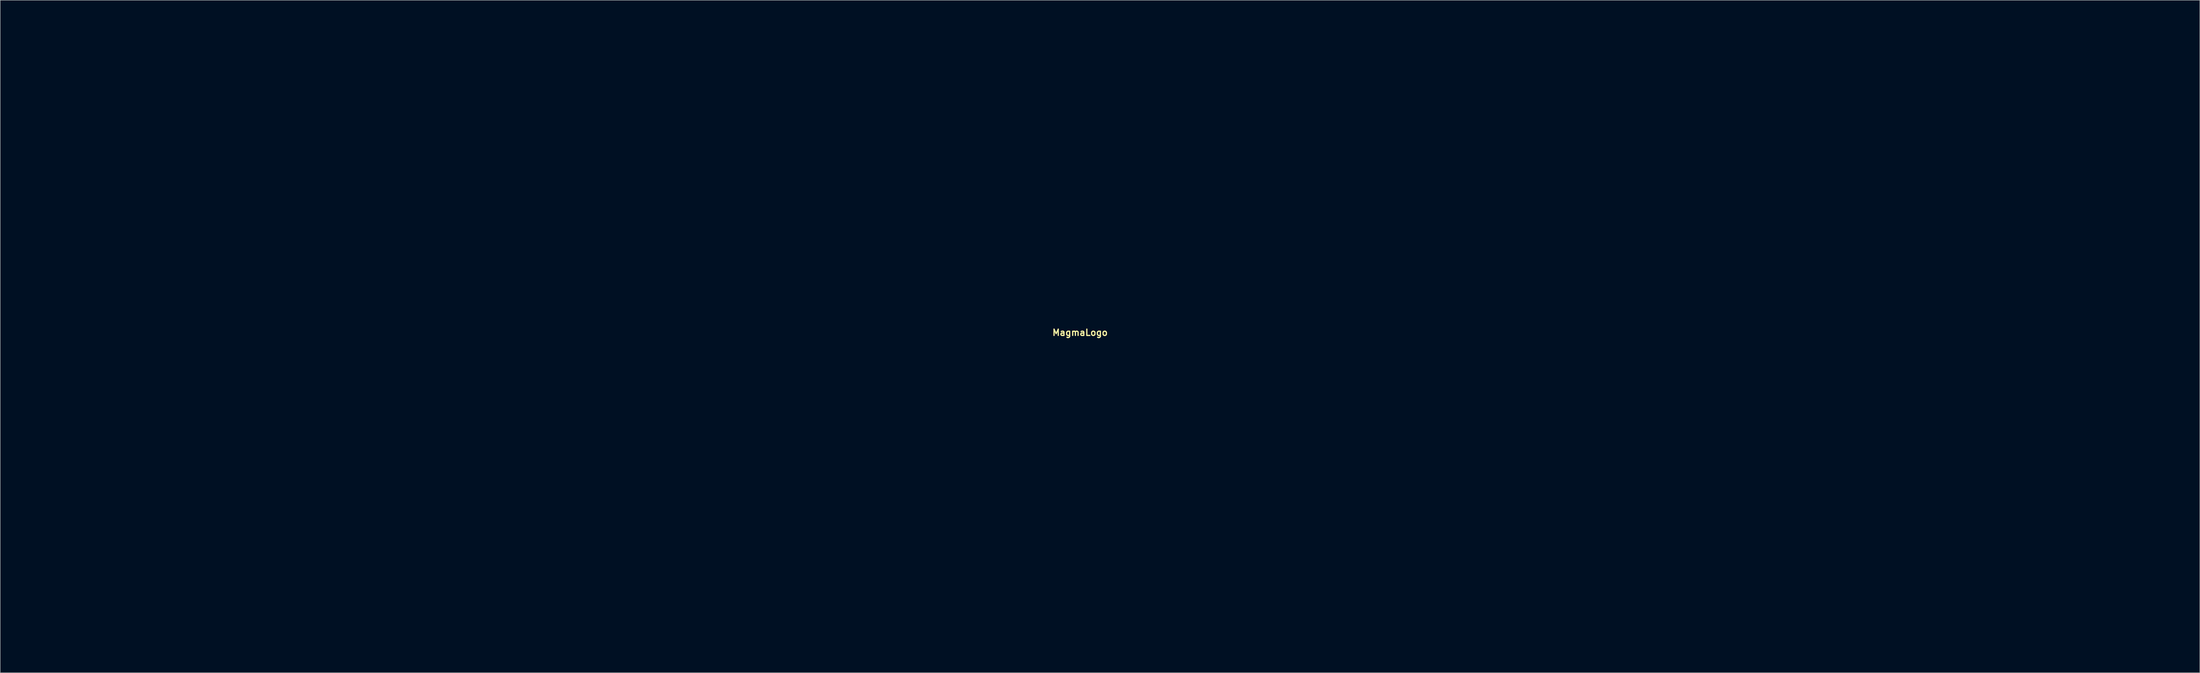
<source format=kicad_pcb>
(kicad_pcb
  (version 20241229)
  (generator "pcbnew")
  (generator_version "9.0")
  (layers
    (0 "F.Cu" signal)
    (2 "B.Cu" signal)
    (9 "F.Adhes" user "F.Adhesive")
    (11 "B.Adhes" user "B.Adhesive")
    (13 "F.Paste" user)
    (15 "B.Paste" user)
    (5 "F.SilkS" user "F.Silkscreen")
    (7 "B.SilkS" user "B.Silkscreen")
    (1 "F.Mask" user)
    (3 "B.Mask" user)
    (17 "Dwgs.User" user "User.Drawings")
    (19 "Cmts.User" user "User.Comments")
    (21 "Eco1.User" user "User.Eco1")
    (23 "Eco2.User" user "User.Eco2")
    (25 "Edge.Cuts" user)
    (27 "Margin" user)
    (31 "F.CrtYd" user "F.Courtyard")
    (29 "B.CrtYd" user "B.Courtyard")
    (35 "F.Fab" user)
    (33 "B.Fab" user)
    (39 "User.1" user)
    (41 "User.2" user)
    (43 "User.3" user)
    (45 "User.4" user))
  (footprint "MagmaLogo"
    (layer "F.Cu")
    (at 257.481 77.274)
    (property "Reference" "MagmaLogo" (at 0 0 0) (layer "F.SilkS") (effects (font (size 1.524 1.524) (thickness 0.3))))
    (attr through_hole)
    (fp_poly (pts (xy -183.682 78.874) (xy -186.356 78.874) (xy -186.356 58.019) (xy -183.682 58.019) (xy -183.682 78.874)) (stroke (width 0.01) (type solid)) (fill no) (layer "Eco2.User"))
    (fp_poly (pts (xy -58.821 78.874) (xy -61.495 78.874) (xy -61.495 58.019) (xy -58.821 58.019) (xy -58.821 78.874)) (stroke (width 0.01) (type solid)) (fill no) (layer "Eco2.User"))
    (fp_poly (pts (xy 1.069 78.874) (xy -1.604 78.874) (xy -1.604 58.019) (xy 1.069 58.019) (xy 1.069 78.874)) (stroke (width 0.01) (type solid)) (fill no) (layer "Eco2.User"))
    (fp_poly (pts (xy -64.703 60.409) (xy -71.521 60.559) (xy -71.591 69.716) (xy -71.662 78.874) (xy -74.328 78.874) (xy -74.328 60.425) (xy -81.013 60.425) (xy -81.013 58.019) (xy -64.703 58.019) (xy -64.703 60.409)) (stroke (width 0.01) (type solid)) (fill no) (layer "Eco2.User"))
    (fp_poly (pts (xy 49.463 60.409) (xy 46.054 60.484) (xy 42.645 60.559) (xy 42.575 69.716) (xy 42.505 78.874) (xy 39.838 78.874) (xy 39.838 60.425) (xy 33.154 60.425) (xy 33.154 58.019) (xy 49.463 58.019) (xy 49.463 60.409)) (stroke (width 0.01) (type solid)) (fill no) (layer "Eco2.User"))
    (fp_poly (pts (xy 88.232 60.425) (xy 75.933 60.425) (xy 75.933 66.842) (xy 87.429 66.842) (xy 87.429 69.248) (xy 75.933 69.248) (xy 75.933 76.467) (xy 88.766 76.467) (xy 88.766 78.874) (xy 73.259 78.874) (xy 73.259 58.019) (xy 88.232 58.019) (xy 88.232 60.425)) (stroke (width 0.01) (type solid)) (fill no) (layer "Eco2.User"))
    (fp_poly (pts (xy 180.474 60.425) (xy 168.175 60.425) (xy 168.175 66.842) (xy 179.672 66.842) (xy 179.672 69.248) (xy 168.175 69.248) (xy 168.175 76.467) (xy 181.008 76.467) (xy 181.008 78.874) (xy 165.501 78.874) (xy 165.501 58.019) (xy 180.474 58.019) (xy 180.474 60.425)) (stroke (width 0.01) (type solid)) (fill no) (layer "Eco2.User"))
    (fp_poly (pts (xy -143.978 74.195) (xy -143.836 58.019) (xy -141.171 58.019) (xy -141.171 78.9) (xy -142.692 78.82) (xy -144.213 78.74) (xy -149.577 70.772) (xy -154.94 62.804) (xy -155.011 70.839) (xy -155.082 78.874) (xy -157.747 78.874) (xy -157.747 58.019) (xy -154.811 58.019) (xy -143.978 74.195)) (stroke (width 0.01) (type solid)) (fill no) (layer "Eco2.User"))
    (fp_poly (pts (xy 153.202 24.331) (xy 132.882 24.331) (xy 132.882 -29.079) (xy 141.772 -35.182) (xy 143.765 -36.551) (xy 145.667 -37.859) (xy 147.42 -39.067) (xy 148.971 -40.136) (xy 150.261 -41.028) (xy 151.237 -41.705) (xy 151.843 -42.128) (xy 151.932 -42.191) (xy 153.202 -43.096) (xy 153.202 24.331)) (stroke (width 0.01) (type solid)) (fill no) (layer "Eco2.User"))
    (fp_poly (pts (xy -165.1 74.195) (xy -165.029 66.107) (xy -164.958 58.019) (xy -162.293 58.019) (xy -162.293 78.9) (xy -163.814 78.82) (xy -165.335 78.74) (xy -170.699 70.772) (xy -176.062 62.804) (xy -176.133 70.839) (xy -176.204 78.874) (xy -178.869 78.874) (xy -178.869 58.019) (xy -175.933 58.019) (xy -165.1 74.195)) (stroke (width 0.01) (type solid)) (fill no) (layer "Eco2.User"))
    (fp_poly (pts (xy 19.652 74.195) (xy 19.722 66.107) (xy 19.793 58.019) (xy 22.459 58.019) (xy 22.459 78.9) (xy 20.938 78.82) (xy 19.416 78.74) (xy 14.053 70.772) (xy 8.689 62.804) (xy 8.619 70.839) (xy 8.548 78.874) (xy 5.882 78.874) (xy 5.882 58.019) (xy 8.819 58.019) (xy 19.652 74.195)) (stroke (width 0.01) (type solid)) (fill no) (layer "Eco2.User"))
    (fp_poly (pts (xy 55.078 66.575) (xy 65.773 66.575) (xy 65.773 58.019) (xy 68.714 58.019) (xy 68.714 78.874) (xy 65.773 78.874) (xy 65.773 68.97) (xy 60.492 69.042) (xy 55.212 69.115) (xy 55.139 73.994) (xy 55.066 78.874) (xy 52.404 78.874) (xy 52.404 58.019) (xy 55.078 58.019) (xy 55.078 66.575)) (stroke (width 0.01) (type solid)) (fill no) (layer "Eco2.User"))
    (fp_poly (pts (xy -22.929 66.107) (xy -17.513 74.195) (xy -17.442 66.107) (xy -17.371 58.019) (xy -14.705 58.019) (xy -14.705 78.9) (xy -16.227 78.82) (xy -17.748 78.74) (xy -23.111 70.772) (xy -28.475 62.804) (xy -28.545 70.839) (xy -28.616 78.874) (xy -31.282 78.874) (xy -31.282 58.019) (xy -28.345 58.019) (xy -22.929 66.107)) (stroke (width 0.01) (type solid)) (fill no) (layer "Eco2.User"))
    (fp_poly (pts (xy -163.688 -42.781) (xy -163.68 -42.017) (xy -163.672 -40.781) (xy -163.665 -39.107) (xy -163.658 -37.025) (xy -163.652 -34.568) (xy -163.647 -31.768) (xy -163.642 -28.656) (xy -163.637 -25.264) (xy -163.634 -21.625) (xy -163.632 -17.769) (xy -163.63 -13.73) (xy -163.629 -9.538) (xy -163.629 -9.358) (xy -163.629 24.331) (xy -183.952 24.331) (xy -183.884 -2.44) (xy -183.816 -29.211) (xy -173.789 -36.125) (xy -171.734 -37.542) (xy -169.817 -38.861) (xy -168.083 -40.053) (xy -166.576 -41.086) (xy -165.34 -41.932) (xy -164.42 -42.559) (xy -163.858 -42.938) (xy -163.696 -43.043) (xy -163.688 -42.781)) (stroke (width 0.01) (type solid)) (fill no) (layer "Eco2.User"))
    (fp_poly (pts (xy -97.565 59.276) (xy -97.779 59.819) (xy -98.162 60.795) (xy -98.687 62.138) (xy -99.329 63.782) (xy -100.062 65.662) (xy -100.86 67.71) (xy -101.642 69.716) (xy -105.206 78.874) (xy -108.188 78.874) (xy -112.213 68.446) (xy -116.238 58.019) (xy -113.17 58.019) (xy -110.194 66.319) (xy -109.471 68.341) (xy -108.802 70.226) (xy -108.208 71.907) (xy -107.714 73.32) (xy -107.341 74.4) (xy -107.113 75.082) (xy -107.054 75.276) (xy -106.84 75.821) (xy -106.6 75.838) (xy -106.328 75.325) (xy -106.192 74.914) (xy -106.025 74.414) (xy -105.696 73.483) (xy -105.231 72.192) (xy -104.657 70.612) (xy -103.998 68.813) (xy -103.28 66.866) (xy -102.968 66.024) (xy -100.05 58.153) (xy -97.053 57.992) (xy -97.565 59.276)) (stroke (width 0.01) (type solid)) (fill no) (layer "Eco2.User"))
    (fp_poly (pts (xy 149.793 58.023) (xy 152.159 58.041) (xy 154.059 58.098) (xy 155.562 58.209) (xy 156.737 58.386) (xy 157.652 58.643) (xy 158.375 58.992) (xy 158.974 59.447) (xy 159.386 59.867) (xy 160.177 61.037) (xy 160.733 62.414) (xy 160.954 63.749) (xy 160.954 63.819) (xy 160.698 65.264) (xy 160 66.627) (xy 158.952 67.796) (xy 157.645 68.658) (xy 156.722 68.996) (xy 155.372 69.342) (xy 156.611 70.431) (xy 157.177 71.031) (xy 157.955 71.996) (xy 158.878 73.235) (xy 159.881 74.656) (xy 160.899 76.168) (xy 161.866 77.677) (xy 162.392 78.539) (xy 162.372 78.727) (xy 161.983 78.833) (xy 161.153 78.872) (xy 160.876 78.874) (xy 159.16 78.874) (xy 156.867 75.331) (xy 155.684 73.538) (xy 154.694 72.156) (xy 153.825 71.132) (xy 153.003 70.413) (xy 152.156 69.945) (xy 151.21 69.676) (xy 150.092 69.552) (xy 148.857 69.522) (xy 147.053 69.516) (xy 147.053 78.874) (xy 144.379 78.874) (xy 144.379 60.425) (xy 147.053 60.425) (xy 147.053 67.457) (xy 151.164 67.307) (xy 153.006 67.221) (xy 154.379 67.111) (xy 155.348 66.97) (xy 155.976 66.789) (xy 156.087 66.738) (xy 157.16 65.931) (xy 157.811 64.912) (xy 158.036 63.786) (xy 157.836 62.661) (xy 157.21 61.641) (xy 156.158 60.834) (xy 156.133 60.821) (xy 155.664 60.656) (xy 154.949 60.54) (xy 153.909 60.467) (xy 152.467 60.432) (xy 151.21 60.425) (xy 147.053 60.425) (xy 144.379 60.425) (xy 144.379 58.019) (xy 149.793 58.023)) (stroke (width 0.01) (type solid)) (fill no) (layer "Eco2.User"))
    (fp_poly (pts (xy -89.718 58.077) (xy -88.13 58.153) (xy -86.618 61.896) (xy -86.082 63.221) (xy -85.394 64.919) (xy -84.603 66.868) (xy -83.759 68.943) (xy -82.912 71.024) (xy -82.405 72.269) (xy -79.704 78.898) (xy -81.335 78.819) (xy -82.966 78.74) (xy -84.172 75.592) (xy -85.377 72.444) (xy -89.672 72.517) (xy -93.967 72.591) (xy -94.666 74.462) (xy -95.093 75.608) (xy -95.52 76.759) (xy -95.831 77.604) (xy -96.297 78.874) (xy -97.774 78.874) (xy -98.664 78.836) (xy -99.087 78.711) (xy -99.13 78.539) (xy -99.012 78.224) (xy -98.723 77.464) (xy -98.286 76.314) (xy -97.721 74.829) (xy -97.049 73.064) (xy -96.291 71.075) (xy -95.926 70.117) (xy -93.044 70.117) (xy -92.793 70.193) (xy -92.11 70.256) (xy -91.094 70.3) (xy -89.847 70.318) (xy -89.702 70.318) (xy -88.436 70.302) (xy -87.39 70.257) (xy -86.665 70.192) (xy -86.363 70.111) (xy -86.36 70.102) (xy -86.449 69.791) (xy -86.696 69.067) (xy -87.07 68.014) (xy -87.54 66.719) (xy -87.964 65.571) (xy -88.491 64.138) (xy -88.945 62.871) (xy -89.296 61.858) (xy -89.512 61.188) (xy -89.568 60.959) (xy -89.648 60.71) (xy -89.833 60.854) (xy -90.049 61.284) (xy -90.215 61.871) (xy -90.37 62.455) (xy -90.677 63.417) (xy -91.094 64.635) (xy -91.58 65.989) (xy -91.715 66.352) (xy -92.191 67.644) (xy -92.592 68.756) (xy -92.883 69.592) (xy -93.032 70.059) (xy -93.044 70.117) (xy -95.926 70.117) (xy -95.468 68.915) (xy -95.158 68.103) (xy -91.306 58.001) (xy -89.718 58.077)) (stroke (width 0.01) (type solid)) (fill no) (layer "Eco2.User"))
    (fp_poly (pts (xy 90.675 -53.746) (xy 92.797 -50.548) (xy 94.837 -47.479) (xy 96.774 -44.566) (xy 98.591 -41.84) (xy 100.266 -39.33) (xy 101.781 -37.063) (xy 103.116 -35.07) (xy 104.252 -33.38) (xy 105.169 -32.021) (xy 105.848 -31.023) (xy 106.269 -30.414) (xy 106.413 -30.223) (xy 106.575 -30.442) (xy 107.012 -31.077) (xy 107.704 -32.1) (xy 108.63 -33.48) (xy 109.772 -35.188) (xy 111.109 -37.194) (xy 112.621 -39.469) (xy 114.289 -41.982) (xy 116.093 -44.705) (xy 118.014 -47.607) (xy 120.031 -50.659) (xy 121.496 -52.878) (xy 123.583 -56.038) (xy 125.595 -59.085) (xy 127.512 -61.986) (xy 129.315 -64.711) (xy 130.981 -67.229) (xy 132.49 -69.507) (xy 133.822 -71.516) (xy 134.956 -73.223) (xy 135.871 -74.598) (xy 136.547 -75.609) (xy 136.963 -76.226) (xy 137.084 -76.401) (xy 137.722 -77.269) (xy 153.202 -77.269) (xy 153.202 -63.915) (xy 129.926 -28.816) (xy 127.325 -24.897) (xy 124.804 -21.101) (xy 122.377 -17.451) (xy 120.061 -13.972) (xy 117.871 -10.687) (xy 115.824 -7.62) (xy 113.936 -4.795) (xy 112.222 -2.236) (xy 110.698 0.034) (xy 109.381 1.991) (xy 108.285 3.611) (xy 107.428 4.869) (xy 106.825 5.744) (xy 106.492 6.209) (xy 106.428 6.283) (xy 106.251 6.066) (xy 105.799 5.434) (xy 105.095 4.421) (xy 104.16 3.057) (xy 103.015 1.375) (xy 101.683 -0.594) (xy 100.184 -2.818) (xy 98.54 -5.266) (xy 96.773 -7.904) (xy 94.904 -10.702) (xy 93.142 -13.346) (xy 80.077 -32.974) (xy 79.941 24.331) (xy 59.356 24.331) (xy 59.356 -77.269) (xy 75.07 -77.269) (xy 90.675 -53.746)) (stroke (width 0.01) (type solid)) (fill no) (layer "Eco2.User"))
    (fp_poly (pts (xy 111.531 57.95) (xy 113.329 58.509) (xy 114.915 59.376) (xy 116.205 60.494) (xy 117.119 61.812) (xy 117.526 62.986) (xy 117.592 63.484) (xy 117.451 63.766) (xy 116.985 63.954) (xy 116.443 64.085) (xy 115.686 64.24) (xy 115.281 64.219) (xy 115.06 63.978) (xy 114.931 63.669) (xy 114.217 62.395) (xy 113.179 61.289) (xy 112.29 60.69) (xy 111.214 60.339) (xy 109.859 60.17) (xy 108.449 60.188) (xy 107.21 60.401) (xy 106.852 60.526) (xy 105.36 61.391) (xy 104.222 62.602) (xy 103.428 64.184) (xy 102.965 66.158) (xy 102.821 68.313) (xy 102.967 70.751) (xy 103.442 72.77) (xy 104.249 74.371) (xy 105.389 75.557) (xy 106.865 76.331) (xy 108.679 76.697) (xy 109.464 76.729) (xy 110.612 76.689) (xy 111.46 76.525) (xy 112.238 76.187) (xy 112.493 76.043) (xy 113.292 75.431) (xy 114.076 74.597) (xy 114.732 73.69) (xy 115.148 72.857) (xy 115.236 72.42) (xy 115.348 71.954) (xy 115.739 71.768) (xy 116.494 71.84) (xy 116.967 71.948) (xy 117.593 72.127) (xy 117.949 72.344) (xy 118.042 72.698) (xy 117.881 73.29) (xy 117.474 74.216) (xy 117.203 74.789) (xy 116.172 76.357) (xy 114.734 77.646) (xy 112.98 78.577) (xy 112.908 78.604) (xy 111.366 78.987) (xy 109.574 79.133) (xy 107.758 79.04) (xy 106.148 78.707) (xy 106.006 78.659) (xy 104.137 77.755) (xy 102.606 76.446) (xy 101.408 74.727) (xy 100.539 72.592) (xy 100.003 70.097) (xy 99.874 67.621) (xy 100.188 65.32) (xy 100.909 63.24) (xy 102.001 61.426) (xy 103.429 59.925) (xy 105.156 58.782) (xy 107.148 58.043) (xy 109.37 57.754) (xy 109.601 57.752) (xy 111.531 57.95)) (stroke (width 0.01) (type solid)) (fill no) (layer "Eco2.User"))
    (fp_poly (pts (xy -163.692 -70.555) (xy -163.763 -63.842) (xy -187.024 -28.724) (xy -189.622 -24.803) (xy -192.141 -21.005) (xy -194.564 -17.354) (xy -196.875 -13.873) (xy -199.06 -10.586) (xy -201.102 -7.517) (xy -202.984 -4.69) (xy -204.693 -2.129) (xy -206.21 0.143) (xy -207.521 2.102) (xy -208.61 3.724) (xy -209.46 4.985) (xy -210.057 5.862) (xy -210.383 6.33) (xy -210.442 6.405) (xy -210.611 6.189) (xy -211.053 5.56) (xy -211.748 4.548) (xy -212.675 3.187) (xy -213.813 1.506) (xy -215.139 -0.461) (xy -216.632 -2.683) (xy -218.271 -5.129) (xy -220.035 -7.767) (xy -221.903 -10.564) (xy -223.677 -13.227) (xy -225.621 -16.144) (xy -227.482 -18.929) (xy -229.238 -21.552) (xy -230.869 -23.981) (xy -232.352 -26.184) (xy -233.666 -28.13) (xy -234.791 -29.785) (xy -235.704 -31.12) (xy -236.383 -32.101) (xy -236.808 -32.697) (xy -236.955 -32.879) (xy -236.982 -32.618) (xy -237.008 -31.858) (xy -237.033 -30.631) (xy -237.056 -28.974) (xy -237.077 -26.92) (xy -237.097 -24.505) (xy -237.114 -21.763) (xy -237.128 -18.727) (xy -237.14 -15.434) (xy -237.148 -11.918) (xy -237.154 -8.212) (xy -237.156 -4.353) (xy -237.156 24.331) (xy -257.476 24.331) (xy -257.476 -77.269) (xy -249.655 -77.267) (xy -241.835 -77.265) (xy -226.225 -53.745) (xy -224.102 -50.55) (xy -222.06 -47.485) (xy -220.12 -44.578) (xy -218.3 -41.86) (xy -216.621 -39.359) (xy -215.101 -37.103) (xy -213.76 -35.121) (xy -212.619 -33.443) (xy -211.695 -32.097) (xy -211.009 -31.113) (xy -210.58 -30.518) (xy -210.428 -30.341) (xy -210.258 -30.575) (xy -209.813 -31.226) (xy -209.112 -32.264) (xy -208.175 -33.661) (xy -207.022 -35.386) (xy -205.672 -37.411) (xy -204.144 -39.706) (xy -202.459 -42.242) (xy -200.635 -44.989) (xy -198.693 -47.918) (xy -196.651 -51) (xy -194.756 -53.863) (xy -179.271 -77.269) (xy -163.62 -77.269) (xy -163.692 -70.555)) (stroke (width 0.01) (type solid)) (fill no) (layer "Eco2.User"))
    (fp_poly (pts (xy -127.668 57.89) (xy -126.33 57.904) (xy -125.375 57.957) (xy -124.652 58.076) (xy -124.009 58.286) (xy -123.297 58.616) (xy -123.179 58.674) (xy -121.37 59.873) (xy -119.894 61.45) (xy -118.778 63.345) (xy -118.048 65.498) (xy -117.733 67.849) (xy -117.859 70.337) (xy -117.876 70.459) (xy -118.447 72.735) (xy -119.421 74.766) (xy -120.754 76.487) (xy -122.398 77.832) (xy -123.477 78.415) (xy -124.558 78.747) (xy -125.976 78.972) (xy -127.544 79.08) (xy -129.073 79.063) (xy -130.375 78.911) (xy -130.877 78.784) (xy -132.028 78.35) (xy -132.961 77.837) (xy -133.901 77.109) (xy -134.416 76.648) (xy -135.777 75.045) (xy -136.766 73.149) (xy -137.384 71.053) (xy -137.631 68.847) (xy -134.606 68.847) (xy -134.577 70.199) (xy -134.491 71.176) (xy -134.323 71.937) (xy -134.046 72.642) (xy -133.979 72.783) (xy -133.196 74.002) (xy -132.127 75.149) (xy -130.95 76.048) (xy -130.381 76.348) (xy -129.471 76.585) (xy -128.254 76.7) (xy -126.944 76.692) (xy -125.756 76.562) (xy -125.016 76.36) (xy -123.481 75.437) (xy -122.242 74.1) (xy -121.332 72.401) (xy -120.781 70.389) (xy -120.655 69.342) (xy -120.689 67.077) (xy -121.133 65.036) (xy -121.964 63.275) (xy -123.159 61.847) (xy -124.248 61.045) (xy -124.989 60.651) (xy -125.67 60.424) (xy -126.488 60.32) (xy -127.64 60.296) (xy -127.668 60.296) (xy -129.396 60.419) (xy -130.778 60.821) (xy -131.956 61.563) (xy -132.955 62.566) (xy -133.689 63.611) (xy -134.189 64.809) (xy -134.484 66.267) (xy -134.601 68.095) (xy -134.606 68.847) (xy -137.631 68.847) (xy -137.631 68.847) (xy -137.507 66.622) (xy -137.013 64.471) (xy -136.149 62.484) (xy -134.914 60.754) (xy -134.358 60.191) (xy -133.213 59.232) (xy -132.126 58.572) (xy -130.951 58.161) (xy -129.545 57.95) (xy -127.765 57.89) (xy -127.668 57.89)) (stroke (width 0.01) (type solid)) (fill no) (layer "Eco2.User"))
    (fp_poly (pts (xy -44.784 57.89) (xy -43.446 57.904) (xy -42.491 57.957) (xy -41.768 58.076) (xy -41.125 58.286) (xy -40.412 58.616) (xy -40.295 58.674) (xy -38.486 59.873) (xy -37.01 61.45) (xy -35.894 63.345) (xy -35.164 65.498) (xy -34.849 67.849) (xy -34.975 70.337) (xy -34.992 70.459) (xy -35.563 72.735) (xy -36.537 74.766) (xy -37.87 76.487) (xy -39.514 77.832) (xy -40.593 78.415) (xy -41.674 78.747) (xy -43.092 78.972) (xy -44.66 79.08) (xy -46.189 79.063) (xy -47.491 78.911) (xy -47.993 78.784) (xy -49.144 78.35) (xy -50.077 77.837) (xy -51.017 77.109) (xy -51.532 76.648) (xy -52.893 75.045) (xy -53.882 73.149) (xy -54.5 71.053) (xy -54.747 68.847) (xy -51.722 68.847) (xy -51.693 70.199) (xy -51.607 71.176) (xy -51.439 71.937) (xy -51.162 72.642) (xy -51.094 72.783) (xy -50.311 74.002) (xy -49.242 75.149) (xy -48.065 76.048) (xy -47.497 76.348) (xy -46.587 76.585) (xy -45.37 76.7) (xy -44.06 76.692) (xy -42.872 76.562) (xy -42.131 76.36) (xy -40.596 75.437) (xy -39.358 74.1) (xy -38.447 72.401) (xy -37.897 70.389) (xy -37.77 69.342) (xy -37.805 67.077) (xy -38.249 65.036) (xy -39.08 63.275) (xy -40.275 61.847) (xy -41.364 61.045) (xy -42.104 60.651) (xy -42.786 60.424) (xy -43.604 60.32) (xy -44.756 60.296) (xy -44.784 60.296) (xy -46.512 60.419) (xy -47.894 60.821) (xy -49.072 61.563) (xy -50.071 62.566) (xy -50.805 63.611) (xy -51.305 64.809) (xy -51.599 66.267) (xy -51.717 68.095) (xy -51.722 68.847) (xy -54.747 68.847) (xy -54.747 68.847) (xy -54.623 66.622) (xy -54.129 64.471) (xy -53.264 62.484) (xy -52.03 60.754) (xy -51.473 60.191) (xy -50.329 59.232) (xy -49.241 58.572) (xy -48.067 58.161) (xy -46.661 57.95) (xy -44.881 57.89) (xy -44.784 57.89)) (stroke (width 0.01) (type solid)) (fill no) (layer "Eco2.User"))
    (fp_poly (pts (xy 132.195 57.904) (xy 133.15 57.977) (xy 133.912 58.136) (xy 134.65 58.407) (xy 135.053 58.59) (xy 136.985 59.765) (xy 138.523 61.297) (xy 139.672 63.191) (xy 140.434 65.454) (xy 140.662 66.656) (xy 140.801 69.083) (xy 140.502 71.385) (xy 139.797 73.498) (xy 138.714 75.359) (xy 137.285 76.904) (xy 135.539 78.069) (xy 135.221 78.221) (xy 134.192 78.633) (xy 133.203 78.885) (xy 132.034 79.022) (xy 131.144 79.068) (xy 129.88 79.093) (xy 128.953 79.037) (xy 128.171 78.871) (xy 127.339 78.569) (xy 127.195 78.51) (xy 125.211 77.464) (xy 123.64 76.151) (xy 122.443 74.518) (xy 121.581 72.514) (xy 121.089 70.513) (xy 120.932 68.596) (xy 123.83 68.596) (xy 123.9 70.19) (xy 124.117 71.552) (xy 124.172 71.758) (xy 124.834 73.258) (xy 125.854 74.642) (xy 127.099 75.75) (xy 127.936 76.234) (xy 129.142 76.585) (xy 130.613 76.727) (xy 132.124 76.658) (xy 133.448 76.38) (xy 133.818 76.236) (xy 134.9 75.543) (xy 135.982 74.513) (xy 136.902 73.32) (xy 137.339 72.53) (xy 137.572 71.831) (xy 137.72 70.897) (xy 137.794 69.616) (xy 137.81 68.58) (xy 137.8 67.188) (xy 137.742 66.182) (xy 137.614 65.415) (xy 137.398 64.74) (xy 137.21 64.302) (xy 136.325 62.77) (xy 135.215 61.634) (xy 133.818 60.795) (xy 132.094 60.255) (xy 130.318 60.184) (xy 128.587 60.549) (xy 126.998 61.312) (xy 125.647 62.437) (xy 124.629 63.889) (xy 124.437 64.302) (xy 124.105 65.463) (xy 123.901 66.957) (xy 123.83 68.596) (xy 120.932 68.596) (xy 120.92 68.445) (xy 121.123 66.314) (xy 121.659 64.246) (xy 122.493 62.368) (xy 123.587 60.805) (xy 124.096 60.29) (xy 124.991 59.598) (xy 126.077 58.915) (xy 126.701 58.59) (xy 127.489 58.253) (xy 128.218 58.043) (xy 129.057 57.931) (xy 130.176 57.889) (xy 130.877 57.885) (xy 132.195 57.904)) (stroke (width 0.01) (type solid)) (fill no) (layer "Eco2.User"))
    (fp_poly (pts (xy -99.995 -77.264) (xy -97.813 -77.25) (xy -95.862 -77.228) (xy -94.198 -77.198) (xy -92.876 -77.162) (xy -91.954 -77.122) (xy -91.487 -77.077) (xy -91.44 -77.058) (xy -91.54 -76.789) (xy -91.831 -76.055) (xy -92.301 -74.884) (xy -92.939 -73.307) (xy -93.733 -71.351) (xy -94.671 -69.046) (xy -95.74 -66.422) (xy -96.93 -63.507) (xy -98.228 -60.331) (xy -99.622 -56.922) (xy -101.1 -53.31) (xy -102.652 -49.525) (xy -104.263 -45.594) (xy -104.765 -44.372) (xy -118.089 -11.898) (xy -102.45 -11.829) (xy -99.609 -11.818) (xy -96.93 -11.812) (xy -94.46 -11.811) (xy -92.248 -11.813) (xy -90.339 -11.82) (xy -88.782 -11.83) (xy -87.623 -11.844) (xy -86.91 -11.862) (xy -86.689 -11.88) (xy -86.769 -12.141) (xy -87.037 -12.856) (xy -87.478 -13.985) (xy -88.075 -15.488) (xy -88.813 -17.326) (xy -89.675 -19.458) (xy -90.646 -21.845) (xy -91.71 -24.447) (xy -92.849 -27.223) (xy -93.7 -29.289) (xy -100.831 -46.576) (xy -99.69 -47.552) (xy -99.217 -47.956) (xy -98.395 -48.661) (xy -97.279 -49.616) (xy -95.926 -50.775) (xy -94.393 -52.089) (xy -92.736 -53.509) (xy -91.456 -54.605) (xy -89.517 -56.261) (xy -87.944 -57.589) (xy -86.7 -58.618) (xy -85.75 -59.375) (xy -85.06 -59.888) (xy -84.593 -60.182) (xy -84.314 -60.287) (xy -84.187 -60.229) (xy -84.183 -60.22) (xy -84.064 -59.926) (xy -83.754 -59.163) (xy -83.262 -57.957) (xy -82.6 -56.333) (xy -81.778 -54.318) (xy -80.807 -51.937) (xy -79.697 -49.217) (xy -78.459 -46.183) (xy -77.104 -42.862) (xy -75.641 -39.278) (xy -74.082 -35.458) (xy -72.437 -31.429) (xy -70.717 -27.215) (xy -68.932 -22.843) (xy -67.093 -18.339) (xy -66.974 -18.047) (xy -65.133 -13.538) (xy -63.346 -9.16) (xy -61.623 -4.94) (xy -59.975 -0.904) (xy -58.413 2.922) (xy -56.947 6.514) (xy -55.587 9.844) (xy -54.345 12.888) (xy -53.23 15.619) (xy -52.253 18.011) (xy -51.425 20.039) (xy -50.756 21.677) (xy -50.257 22.899) (xy -49.939 23.68) (xy -49.811 23.993) (xy -49.809 23.996) (xy -49.877 24.082) (xy -50.184 24.153) (xy -50.768 24.21) (xy -51.671 24.254) (xy -52.931 24.287) (xy -54.589 24.31) (xy -56.684 24.324) (xy -59.255 24.33) (xy -60.604 24.331) (xy -71.535 24.331) (xy -75.271 15.441) (xy -79.007 6.551) (xy -125.485 6.551) (xy -129.25 15.433) (xy -133.016 24.315) (xy -143.94 24.323) (xy -146.644 24.324) (xy -148.861 24.321) (xy -150.638 24.312) (xy -152.022 24.295) (xy -153.059 24.268) (xy -153.798 24.229) (xy -154.284 24.176) (xy -154.567 24.107) (xy -154.692 24.021) (xy -154.707 23.914) (xy -154.692 23.863) (xy -154.575 23.573) (xy -154.265 22.811) (xy -153.771 21.602) (xy -153.103 19.969) (xy -152.271 17.935) (xy -151.285 15.523) (xy -150.153 12.758) (xy -148.886 9.663) (xy -147.493 6.261) (xy -145.983 2.576) (xy -144.368 -1.369) (xy -142.655 -5.55) (xy -140.855 -9.944) (xy -138.977 -14.527) (xy -137.031 -19.276) (xy -135.027 -24.166) (xy -133.891 -26.937) (xy -113.263 -77.269) (xy -102.352 -77.269) (xy -99.995 -77.264)) (stroke (width 0.01) (type solid)) (fill no) (layer "Eco2.User"))
    (fp_poly (pts (xy 217.432 -77.265) (xy 219.813 -77.252) (xy 221.725 -77.229) (xy 223.199 -77.194) (xy 224.269 -77.148) (xy 224.967 -77.089) (xy 225.325 -77.017) (xy 225.392 -76.959) (xy 225.292 -76.679) (xy 225.001 -75.932) (xy 224.53 -74.75) (xy 223.892 -73.162) (xy 223.098 -71.196) (xy 222.16 -68.882) (xy 221.091 -66.249) (xy 219.902 -63.328) (xy 218.604 -60.146) (xy 217.211 -56.734) (xy 215.733 -53.12) (xy 214.183 -49.334) (xy 212.573 -45.406) (xy 212.129 -44.324) (xy 210.507 -40.366) (xy 208.943 -36.546) (xy 207.45 -32.892) (xy 206.039 -29.433) (xy 204.722 -26.199) (xy 203.511 -23.219) (xy 202.418 -20.521) (xy 201.454 -18.136) (xy 200.632 -16.091) (xy 199.962 -14.416) (xy 199.457 -13.14) (xy 199.129 -12.293) (xy 198.989 -11.902) (xy 198.986 -11.879) (xy 199.267 -11.858) (xy 200.036 -11.841) (xy 201.246 -11.828) (xy 202.848 -11.818) (xy 204.795 -11.812) (xy 207.041 -11.81) (xy 209.539 -11.813) (xy 212.24 -11.819) (xy 214.745 -11.829) (xy 230.385 -11.898) (xy 216.09 -46.551) (xy 224.284 -53.601) (xy 226.413 -55.423) (xy 228.267 -56.985) (xy 229.822 -58.27) (xy 231.06 -59.262) (xy 231.958 -59.944) (xy 232.495 -60.299) (xy 232.65 -60.338) (xy 232.773 -60.051) (xy 233.084 -59.303) (xy 233.571 -58.123) (xy 234.22 -56.542) (xy 235.019 -54.593) (xy 235.955 -52.306) (xy 237.017 -49.712) (xy 238.19 -46.841) (xy 239.463 -43.726) (xy 240.822 -40.397) (xy 242.256 -36.884) (xy 243.751 -33.22) (xy 245.295 -29.435) (xy 246.876 -25.56) (xy 248.48 -21.626) (xy 250.094 -17.665) (xy 251.708 -13.707) (xy 253.306 -9.782) (xy 254.878 -5.924) (xy 256.41 -2.161) (xy 257.89 1.474) (xy 259.305 4.951) (xy 260.642 8.239) (xy 261.889 11.306) (xy 263.033 14.121) (xy 264.062 16.655) (xy 264.962 18.874) (xy 265.722 20.75) (xy 266.328 22.249) (xy 266.768 23.342) (xy 267.029 23.998) (xy 267.101 24.188) (xy 266.843 24.218) (xy 266.106 24.243) (xy 264.947 24.263) (xy 263.421 24.275) (xy 261.585 24.282) (xy 259.495 24.281) (xy 257.206 24.272) (xy 256.207 24.267) (xy 245.313 24.197) (xy 237.865 6.417) (xy 191.481 6.417) (xy 183.857 24.331) (xy 172.912 24.331) (xy 170.107 24.327) (xy 167.798 24.317) (xy 165.943 24.299) (xy 164.504 24.271) (xy 163.441 24.232) (xy 162.714 24.181) (xy 162.284 24.117) (xy 162.111 24.038) (xy 162.107 23.996) (xy 162.221 23.719) (xy 162.528 22.971) (xy 163.018 21.776) (xy 163.683 20.156) (xy 164.511 18.137) (xy 165.494 15.741) (xy 166.621 12.992) (xy 167.883 9.915) (xy 169.271 6.532) (xy 170.774 2.867) (xy 172.383 -1.056) (xy 174.088 -5.213) (xy 175.88 -9.582) (xy 177.748 -14.137) (xy 179.684 -18.855) (xy 181.676 -23.714) (xy 182.477 -25.667) (xy 184.495 -30.587) (xy 186.463 -35.384) (xy 188.371 -40.034) (xy 190.208 -44.511) (xy 191.966 -48.793) (xy 193.633 -52.855) (xy 195.201 -56.673) (xy 196.659 -60.223) (xy 197.997 -63.48) (xy 199.205 -66.42) (xy 200.274 -69.02) (xy 201.193 -71.254) (xy 201.952 -73.1) (xy 202.543 -74.532) (xy 202.953 -75.526) (xy 203.175 -76.059) (xy 203.207 -76.133) (xy 203.705 -77.269) (xy 214.548 -77.269) (xy 217.432 -77.265)) (stroke (width 0.01) (type solid)) (fill no) (layer "Eco2.User"))
    (fp_poly (pts (xy 27.108 -73.962) (xy 28.005 -73.408) (xy 29.187 -72.577) (xy 30.544 -71.553) (xy 31.967 -70.423) (xy 33.347 -69.27) (xy 34.575 -68.181) (xy 34.864 -67.912) (xy 38.064 -64.572) (xy 41.058 -60.834) (xy 43.754 -56.824) (xy 46.061 -52.665) (xy 46.134 -52.518) (xy 46.717 -51.235) (xy 47.391 -49.599) (xy 48.103 -47.746) (xy 48.805 -45.816) (xy 49.447 -43.947) (xy 49.977 -42.278) (xy 50.346 -40.945) (xy 50.371 -40.841) (xy 50.543 -40.105) (xy 31.12 -40.105) (xy 30.269 -42.177) (xy 29.72 -43.411) (xy 29.026 -44.821) (xy 28.265 -46.263) (xy 27.514 -47.593) (xy 26.851 -48.665) (xy 26.524 -49.131) (xy 26.063 -49.735) (xy 16.892 -41.845) (xy 7.72 -33.956) (xy -2.757 -33.96) (xy -13.235 -33.964) (xy -31.556 -49.738) (xy -32.722 -47.929) (xy -34.682 -44.481) (xy -36.235 -40.828) (xy -37.42 -36.872) (xy -37.738 -35.477) (xy -38.078 -33.331) (xy -38.281 -30.873) (xy -38.346 -28.285) (xy -38.269 -25.75) (xy -38.049 -23.451) (xy -37.874 -22.387) (xy -36.779 -18.067) (xy -35.248 -14.05) (xy -33.268 -10.31) (xy -30.824 -6.82) (xy -27.903 -3.555) (xy -27.824 -3.476) (xy -24.856 -0.784) (xy -21.798 1.455) (xy -18.554 3.293) (xy -15.031 4.785) (xy -11.131 5.982) (xy -10.707 6.091) (xy -9.625 6.349) (xy -8.675 6.536) (xy -7.731 6.664) (xy -6.671 6.744) (xy -5.371 6.787) (xy -3.708 6.805) (xy -2.941 6.807) (xy -0.838 6.796) (xy 0.84 6.746) (xy 2.201 6.651) (xy 3.355 6.504) (xy 4.195 6.345) (xy 8.469 5.166) (xy 12.512 3.532) (xy 16.286 1.466) (xy 19.754 -1.01) (xy 22.879 -3.875) (xy 24.4 -5.562) (xy 25.709 -7.212) (xy 26.969 -8.976) (xy 28.111 -10.746) (xy 29.069 -12.411) (xy 29.773 -13.864) (xy 30.062 -14.636) (xy 30.247 -15.236) (xy 13.019 -15.305) (xy -4.209 -15.374) (xy 6.251 -24.659) (xy 16.711 -33.943) (xy 33.991 -33.95) (xy 51.272 -33.956) (xy 51.434 -33.354) (xy 51.535 -32.634) (xy 51.591 -31.47) (xy 51.603 -29.953) (xy 51.574 -28.171) (xy 51.506 -26.215) (xy 51.402 -24.172) (xy 51.264 -22.133) (xy 51.094 -20.187) (xy 51.064 -19.884) (xy 50.748 -17.021) (xy 50.421 -14.587) (xy 50.057 -12.478) (xy 49.628 -10.587) (xy 49.106 -8.811) (xy 48.464 -7.044) (xy 47.674 -5.181) (xy 46.71 -3.116) (xy 46.673 -3.039) (xy 44.741 0.635) (xy 42.647 3.954) (xy 40.277 7.098) (xy 39.964 7.478) (xy 38.502 9.155) (xy 37.088 10.583) (xy 35.577 11.891) (xy 33.823 13.211) (xy 32.47 14.145) (xy 27.256 17.357) (xy 21.913 20.066) (xy 16.462 22.264) (xy 10.935 23.936) (xy 10.284 24.098) (xy 9.692 24.232) (xy 9.1 24.338) (xy 8.449 24.422) (xy 7.68 24.485) (xy 6.733 24.53) (xy 5.549 24.559) (xy 4.07 24.577) (xy 2.236 24.584) (xy -0.012 24.585) (xy -2.734 24.582) (xy -2.856 24.582) (xy -14.037 24.567) (xy -17.245 23.667) (xy -22.333 21.966) (xy -27.195 19.79) (xy -31.803 17.162) (xy -36.13 14.104) (xy -40.147 10.638) (xy -43.826 6.787) (xy -47.14 2.572) (xy -50.06 -1.983) (xy -50.501 -2.765) (xy -52.362 -6.546) (xy -53.97 -10.68) (xy -55.283 -15.03) (xy -56.255 -19.455) (xy -56.668 -22.185) (xy -56.824 -23.949) (xy -56.914 -26.084) (xy -56.94 -28.43) (xy -56.904 -30.829) (xy -56.806 -33.12) (xy -56.649 -35.145) (xy -56.534 -36.114) (xy -55.535 -41.359) (xy -54.025 -46.49) (xy -52.025 -51.458) (xy -49.555 -56.216) (xy -46.635 -60.714) (xy -45.759 -61.896) (xy -44.715 -63.167) (xy -43.372 -64.659) (xy -41.847 -66.257) (xy -40.253 -67.842) (xy -38.707 -69.299) (xy -37.325 -70.512) (xy -36.763 -70.965) (xy -35.545 -71.896) (xy -34.388 -72.751) (xy -33.372 -73.473) (xy -32.58 -74.007) (xy -32.091 -74.294) (xy -31.99 -74.328) (xy -31.764 -74.16) (xy -31.18 -73.682) (xy -30.286 -72.933) (xy -29.129 -71.953) (xy -27.755 -70.782) (xy -26.211 -69.46) (xy -24.799 -68.246) (xy -22.715 -66.449) (xy -20.378 -64.436) (xy -17.918 -62.316) (xy -15.464 -60.202) (xy -13.146 -58.205) (xy -11.093 -56.436) (xy -10.943 -56.306) (xy -9.291 -54.882) (xy -7.743 -53.545) (xy -6.353 -52.343) (xy -5.173 -51.32) (xy -4.257 -50.523) (xy -3.658 -49.998) (xy -3.463 -49.824) (xy -2.782 -49.199) (xy 3.489 -54.577) (xy 5.093 -55.954) (xy 6.608 -57.256) (xy 7.974 -58.433) (xy 9.132 -59.432) (xy 10.022 -60.204) (xy 10.586 -60.697) (xy 10.695 -60.793) (xy 11.111 -61.162) (xy 11.877 -61.836) (xy 12.941 -62.77) (xy 14.25 -63.917) (xy 15.75 -65.231) (xy 17.39 -66.666) (xy 18.946 -68.026) (xy 26.261 -74.418) (xy 27.108 -73.962)) (stroke (width 0.01) (type solid)) (fill no) (layer "Eco2.User")))
  (gr_rect
    (start -3 -3)
    (end 527.587 159.413)
    (stroke (width 0.1) (type default))
    (fill no)
    (layer "Edge.Cuts")))
</source>
